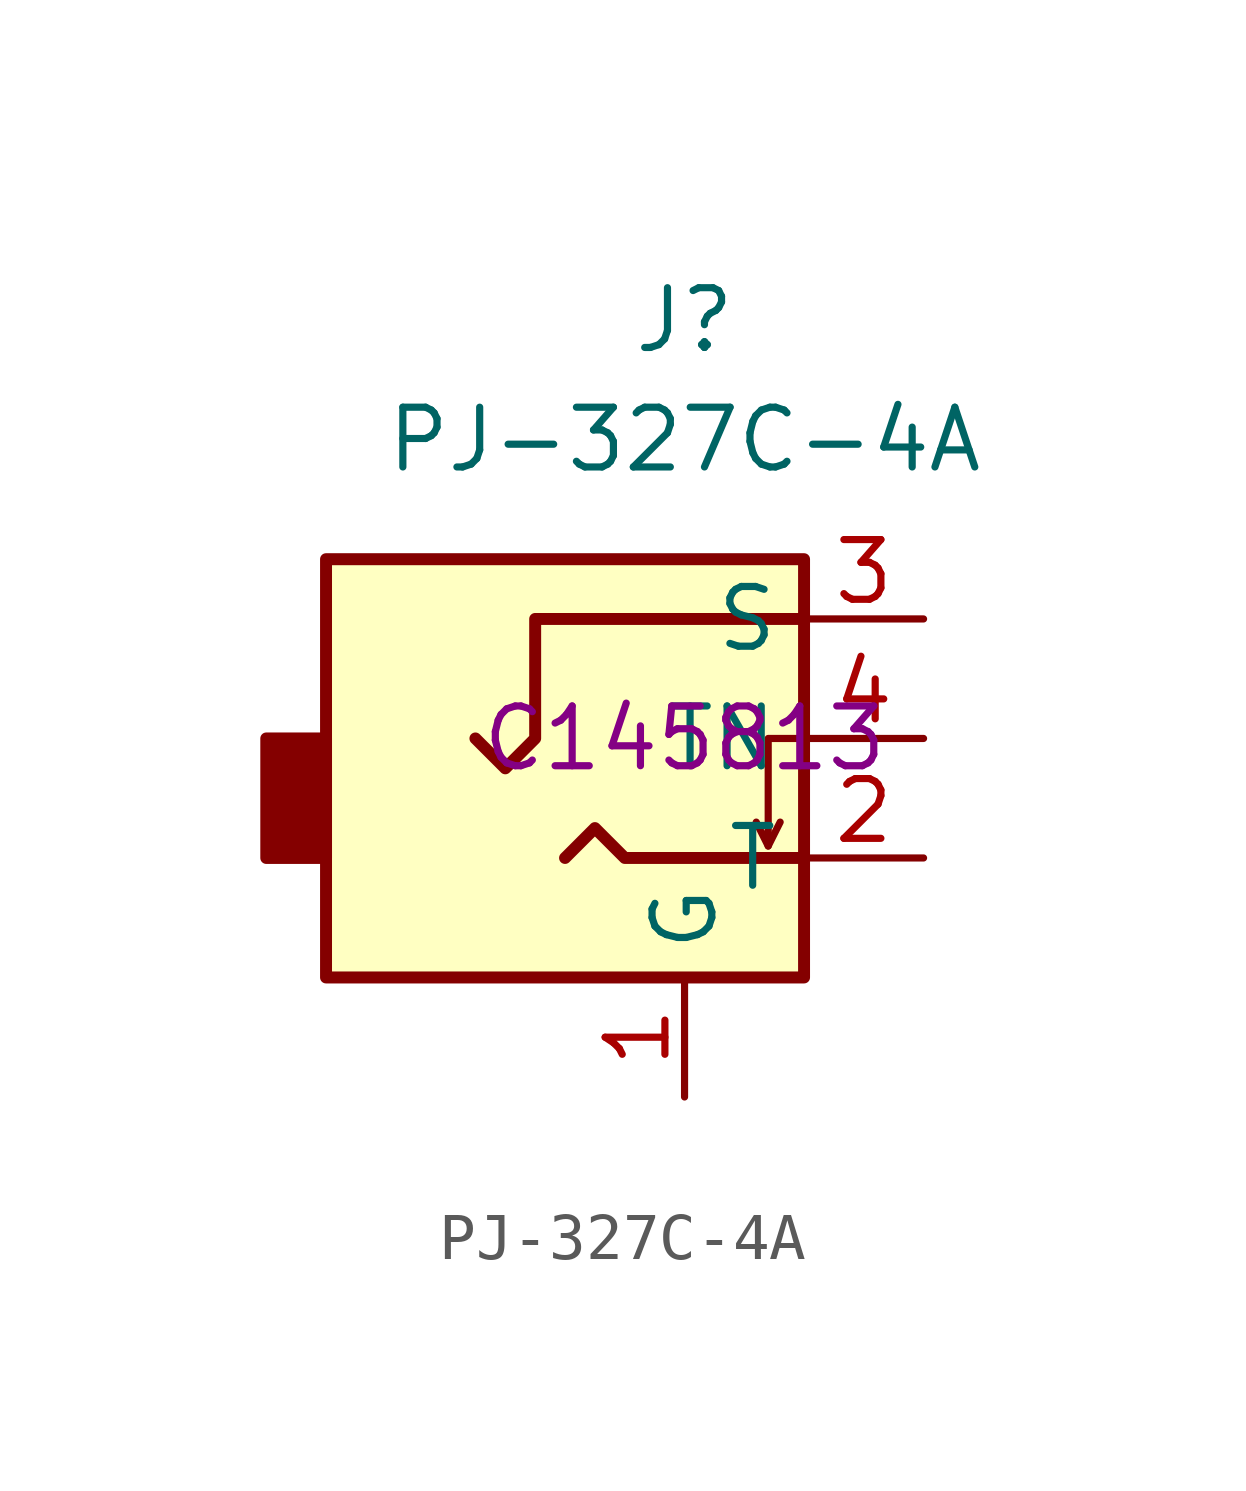
<source format=kicad_sym>
(kicad_symbol_lib
  (version 20211014)
  (generator kicad_symbol_editor)
  (symbol "PJ-327C-4A"
    (property "Reference" "J"
      (at 0 8.89 0)
      (effects (font (size 1.27 1.27))))
    (property "Value" "PJ-327C-4A"
      (at 0 6.35 0)
      (effects (font (size 1.27 1.27))))
    (property "LCSC Part #" "C145813"
      (at 0 0 0)
      (effects (font (size 1.27 1.27))))
    (symbol "PJ-327C-4A_0_1"
      (rectangle (start -7.62 0) (end -8.89 -2.54) (stroke (width 0.254) (type default) (color 0 0 0 0)) (fill (type outline)))
      (rectangle (start -7.62 3.81) (end 2.54 -5.08) (stroke (width 0.254) (type default) (color 0 0 0 0)) (fill (type background)))
      (polyline (pts (xy 1.778 -2.286) (xy 2.032 -1.778)) (stroke (width 0) (type default) (color 0 0 0 0)) (fill (type none)))
      (polyline (pts (xy -2.54 -2.54) (xy -1.905 -1.905) (xy -1.27 -2.54) (xy 2.54 -2.54)) (stroke (width 0.254) (type default) (color 0 0 0 0)) (fill (type none)))
      (polyline (pts (xy 2.54 0) (xy 1.778 0) (xy 1.778 -2.286) (xy 1.524 -1.778)) (stroke (width 0) (type default) (color 0 0 0 0)) (fill (type none)))
      (polyline (pts (xy 2.54 2.54) (xy -3.175 2.54) (xy -3.175 0) (xy -3.81 -0.635) (xy -4.445 0)) (stroke (width 0.254) (type default) (color 0 0 0 0)) (fill (type none))))
    (symbol "PJ-327C-4A_1_1"
      (pin passive line (at 0 -7.62 90) (length 2.54) (name "G" (effects (font (size 1.27 1.27)))) (number "1" (effects (font (size 1.27 1.27)))))
      (pin passive line (at 5.08 -2.54 180) (length 2.54) (name "T" (effects (font (size 1.27 1.27)))) (number "2" (effects (font (size 1.27 1.27)))))
      (pin passive line (at 5.08 2.54 180) (length 2.54) (name "S" (effects (font (size 1.27 1.27)))) (number "3" (effects (font (size 1.27 1.27)))))
      (pin passive line (at 5.08 0 180) (length 2.54) (name "TN" (effects (font (size 1.27 1.27)))) (number "4" (effects (font (size 1.27 1.27))))))))
</source>
